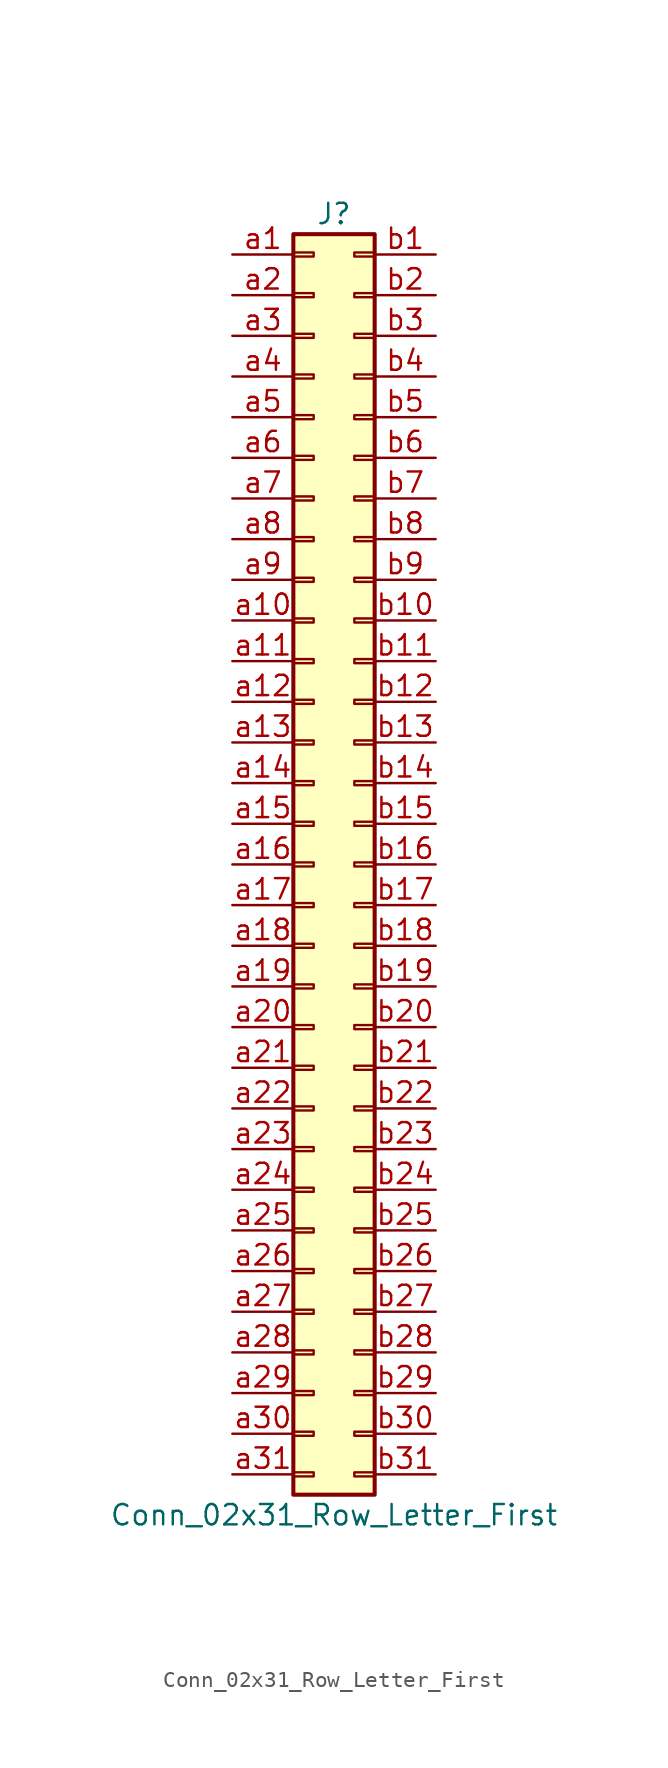
<source format=kicad_sym>
(kicad_symbol_lib
  (version 20220914)
  (generator kicad_symbol_editor)
  (symbol "Conn_02x31_Row_Letter_First"
    (pin_names
      (offset 1.016) hide)
    (property "Reference" "J"
      (at 1.27 40.64 0)
      (effects (font (size 1.27 1.27))))
    (property "Value" "Conn_02x31_Row_Letter_First"
      (at 1.27 -40.64 0)
      (effects (font (size 1.27 1.27))))
    (symbol "Conn_02x31_Row_Letter_First_1_1"
      (rectangle (start -1.27 -37.973) (end 0 -38.227) (stroke (width 0.152) (type solid)) (fill (type none)))
      (rectangle (start -1.27 -35.433) (end 0 -35.687) (stroke (width 0.152) (type solid)) (fill (type none)))
      (rectangle (start -1.27 -32.893) (end 0 -33.147) (stroke (width 0.152) (type solid)) (fill (type none)))
      (rectangle (start -1.27 -30.353) (end 0 -30.607) (stroke (width 0.152) (type solid)) (fill (type none)))
      (rectangle (start -1.27 -27.813) (end 0 -28.067) (stroke (width 0.152) (type solid)) (fill (type none)))
      (rectangle (start -1.27 -25.273) (end 0 -25.527) (stroke (width 0.152) (type solid)) (fill (type none)))
      (rectangle (start -1.27 -22.733) (end 0 -22.987) (stroke (width 0.152) (type solid)) (fill (type none)))
      (rectangle (start -1.27 -20.193) (end 0 -20.447) (stroke (width 0.152) (type solid)) (fill (type none)))
      (rectangle (start -1.27 -17.653) (end 0 -17.907) (stroke (width 0.152) (type solid)) (fill (type none)))
      (rectangle (start -1.27 -15.113) (end 0 -15.367) (stroke (width 0.152) (type solid)) (fill (type none)))
      (rectangle (start -1.27 -12.573) (end 0 -12.827) (stroke (width 0.152) (type solid)) (fill (type none)))
      (rectangle (start -1.27 -10.033) (end 0 -10.287) (stroke (width 0.152) (type solid)) (fill (type none)))
      (rectangle (start -1.27 -7.493) (end 0 -7.747) (stroke (width 0.152) (type solid)) (fill (type none)))
      (rectangle (start -1.27 -4.953) (end 0 -5.207) (stroke (width 0.152) (type solid)) (fill (type none)))
      (rectangle (start -1.27 -2.413) (end 0 -2.667) (stroke (width 0.152) (type solid)) (fill (type none)))
      (rectangle (start -1.27 0.127) (end 0 -0.127) (stroke (width 0.152) (type solid)) (fill (type none)))
      (rectangle (start -1.27 2.667) (end 0 2.413) (stroke (width 0.152) (type solid)) (fill (type none)))
      (rectangle (start -1.27 5.207) (end 0 4.953) (stroke (width 0.152) (type solid)) (fill (type none)))
      (rectangle (start -1.27 7.747) (end 0 7.493) (stroke (width 0.152) (type solid)) (fill (type none)))
      (rectangle (start -1.27 10.287) (end 0 10.033) (stroke (width 0.152) (type solid)) (fill (type none)))
      (rectangle (start -1.27 12.827) (end 0 12.573) (stroke (width 0.152) (type solid)) (fill (type none)))
      (rectangle (start -1.27 15.367) (end 0 15.113) (stroke (width 0.152) (type solid)) (fill (type none)))
      (rectangle (start -1.27 17.907) (end 0 17.653) (stroke (width 0.152) (type solid)) (fill (type none)))
      (rectangle (start -1.27 20.447) (end 0 20.193) (stroke (width 0.152) (type solid)) (fill (type none)))
      (rectangle (start -1.27 22.987) (end 0 22.733) (stroke (width 0.152) (type solid)) (fill (type none)))
      (rectangle (start -1.27 25.527) (end 0 25.273) (stroke (width 0.152) (type solid)) (fill (type none)))
      (rectangle (start -1.27 28.067) (end 0 27.813) (stroke (width 0.152) (type solid)) (fill (type none)))
      (rectangle (start -1.27 30.607) (end 0 30.353) (stroke (width 0.152) (type solid)) (fill (type none)))
      (rectangle (start -1.27 33.147) (end 0 32.893) (stroke (width 0.152) (type solid)) (fill (type none)))
      (rectangle (start -1.27 35.687) (end 0 35.433) (stroke (width 0.152) (type solid)) (fill (type none)))
      (rectangle (start -1.27 38.227) (end 0 37.973) (stroke (width 0.152) (type solid)) (fill (type none)))
      (rectangle (start -1.27 39.37) (end 3.81 -39.37) (stroke (width 0.254) (type solid)) (fill (type background)))
      (rectangle (start 3.81 -37.973) (end 2.54 -38.227) (stroke (width 0.152) (type solid)) (fill (type none)))
      (rectangle (start 3.81 -35.433) (end 2.54 -35.687) (stroke (width 0.152) (type solid)) (fill (type none)))
      (rectangle (start 3.81 -32.893) (end 2.54 -33.147) (stroke (width 0.152) (type solid)) (fill (type none)))
      (rectangle (start 3.81 -30.353) (end 2.54 -30.607) (stroke (width 0.152) (type solid)) (fill (type none)))
      (rectangle (start 3.81 -27.813) (end 2.54 -28.067) (stroke (width 0.152) (type solid)) (fill (type none)))
      (rectangle (start 3.81 -25.273) (end 2.54 -25.527) (stroke (width 0.152) (type solid)) (fill (type none)))
      (rectangle (start 3.81 -22.733) (end 2.54 -22.987) (stroke (width 0.152) (type solid)) (fill (type none)))
      (rectangle (start 3.81 -20.193) (end 2.54 -20.447) (stroke (width 0.152) (type solid)) (fill (type none)))
      (rectangle (start 3.81 -17.653) (end 2.54 -17.907) (stroke (width 0.152) (type solid)) (fill (type none)))
      (rectangle (start 3.81 -15.113) (end 2.54 -15.367) (stroke (width 0.152) (type solid)) (fill (type none)))
      (rectangle (start 3.81 -12.573) (end 2.54 -12.827) (stroke (width 0.152) (type solid)) (fill (type none)))
      (rectangle (start 3.81 -10.033) (end 2.54 -10.287) (stroke (width 0.152) (type solid)) (fill (type none)))
      (rectangle (start 3.81 -7.493) (end 2.54 -7.747) (stroke (width 0.152) (type solid)) (fill (type none)))
      (rectangle (start 3.81 -4.953) (end 2.54 -5.207) (stroke (width 0.152) (type solid)) (fill (type none)))
      (rectangle (start 3.81 -2.413) (end 2.54 -2.667) (stroke (width 0.152) (type solid)) (fill (type none)))
      (rectangle (start 3.81 0.127) (end 2.54 -0.127) (stroke (width 0.152) (type solid)) (fill (type none)))
      (rectangle (start 3.81 2.667) (end 2.54 2.413) (stroke (width 0.152) (type solid)) (fill (type none)))
      (rectangle (start 3.81 5.207) (end 2.54 4.953) (stroke (width 0.152) (type solid)) (fill (type none)))
      (rectangle (start 3.81 7.747) (end 2.54 7.493) (stroke (width 0.152) (type solid)) (fill (type none)))
      (rectangle (start 3.81 10.287) (end 2.54 10.033) (stroke (width 0.152) (type solid)) (fill (type none)))
      (rectangle (start 3.81 12.827) (end 2.54 12.573) (stroke (width 0.152) (type solid)) (fill (type none)))
      (rectangle (start 3.81 15.367) (end 2.54 15.113) (stroke (width 0.152) (type solid)) (fill (type none)))
      (rectangle (start 3.81 17.907) (end 2.54 17.653) (stroke (width 0.152) (type solid)) (fill (type none)))
      (rectangle (start 3.81 20.447) (end 2.54 20.193) (stroke (width 0.152) (type solid)) (fill (type none)))
      (rectangle (start 3.81 22.987) (end 2.54 22.733) (stroke (width 0.152) (type solid)) (fill (type none)))
      (rectangle (start 3.81 25.527) (end 2.54 25.273) (stroke (width 0.152) (type solid)) (fill (type none)))
      (rectangle (start 3.81 28.067) (end 2.54 27.813) (stroke (width 0.152) (type solid)) (fill (type none)))
      (rectangle (start 3.81 30.607) (end 2.54 30.353) (stroke (width 0.152) (type solid)) (fill (type none)))
      (rectangle (start 3.81 33.147) (end 2.54 32.893) (stroke (width 0.152) (type solid)) (fill (type none)))
      (rectangle (start 3.81 35.687) (end 2.54 35.433) (stroke (width 0.152) (type solid)) (fill (type none)))
      (rectangle (start 3.81 38.227) (end 2.54 37.973) (stroke (width 0.152) (type solid)) (fill (type none)))
      (pin passive line (at -5.08 38.1 0) (length 3.81) (name "Pin_a1" (effects (font (size 1.27 1.27)))) (number "a1" (effects (font (size 1.27 1.27)))))
      (pin passive line (at -5.08 15.24 0) (length 3.81) (name "Pin_a10" (effects (font (size 1.27 1.27)))) (number "a10" (effects (font (size 1.27 1.27)))))
      (pin passive line (at -5.08 12.7 0) (length 3.81) (name "Pin_a11" (effects (font (size 1.27 1.27)))) (number "a11" (effects (font (size 1.27 1.27)))))
      (pin passive line (at -5.08 10.16 0) (length 3.81) (name "Pin_a12" (effects (font (size 1.27 1.27)))) (number "a12" (effects (font (size 1.27 1.27)))))
      (pin passive line (at -5.08 7.62 0) (length 3.81) (name "Pin_a13" (effects (font (size 1.27 1.27)))) (number "a13" (effects (font (size 1.27 1.27)))))
      (pin passive line (at -5.08 5.08 0) (length 3.81) (name "Pin_a14" (effects (font (size 1.27 1.27)))) (number "a14" (effects (font (size 1.27 1.27)))))
      (pin passive line (at -5.08 2.54 0) (length 3.81) (name "Pin_a15" (effects (font (size 1.27 1.27)))) (number "a15" (effects (font (size 1.27 1.27)))))
      (pin passive line (at -5.08 0 0) (length 3.81) (name "Pin_a16" (effects (font (size 1.27 1.27)))) (number "a16" (effects (font (size 1.27 1.27)))))
      (pin passive line (at -5.08 -2.54 0) (length 3.81) (name "Pin_a17" (effects (font (size 1.27 1.27)))) (number "a17" (effects (font (size 1.27 1.27)))))
      (pin passive line (at -5.08 -5.08 0) (length 3.81) (name "Pin_a18" (effects (font (size 1.27 1.27)))) (number "a18" (effects (font (size 1.27 1.27)))))
      (pin passive line (at -5.08 -7.62 0) (length 3.81) (name "Pin_a19" (effects (font (size 1.27 1.27)))) (number "a19" (effects (font (size 1.27 1.27)))))
      (pin passive line (at -5.08 35.56 0) (length 3.81) (name "Pin_a2" (effects (font (size 1.27 1.27)))) (number "a2" (effects (font (size 1.27 1.27)))))
      (pin passive line (at -5.08 -10.16 0) (length 3.81) (name "Pin_a20" (effects (font (size 1.27 1.27)))) (number "a20" (effects (font (size 1.27 1.27)))))
      (pin passive line (at -5.08 -12.7 0) (length 3.81) (name "Pin_a21" (effects (font (size 1.27 1.27)))) (number "a21" (effects (font (size 1.27 1.27)))))
      (pin passive line (at -5.08 -15.24 0) (length 3.81) (name "Pin_a22" (effects (font (size 1.27 1.27)))) (number "a22" (effects (font (size 1.27 1.27)))))
      (pin passive line (at -5.08 -17.78 0) (length 3.81) (name "Pin_a23" (effects (font (size 1.27 1.27)))) (number "a23" (effects (font (size 1.27 1.27)))))
      (pin passive line (at -5.08 -20.32 0) (length 3.81) (name "Pin_a24" (effects (font (size 1.27 1.27)))) (number "a24" (effects (font (size 1.27 1.27)))))
      (pin passive line (at -5.08 -22.86 0) (length 3.81) (name "Pin_a25" (effects (font (size 1.27 1.27)))) (number "a25" (effects (font (size 1.27 1.27)))))
      (pin passive line (at -5.08 -25.4 0) (length 3.81) (name "Pin_a26" (effects (font (size 1.27 1.27)))) (number "a26" (effects (font (size 1.27 1.27)))))
      (pin passive line (at -5.08 -27.94 0) (length 3.81) (name "Pin_a27" (effects (font (size 1.27 1.27)))) (number "a27" (effects (font (size 1.27 1.27)))))
      (pin passive line (at -5.08 -30.48 0) (length 3.81) (name "Pin_a28" (effects (font (size 1.27 1.27)))) (number "a28" (effects (font (size 1.27 1.27)))))
      (pin passive line (at -5.08 -33.02 0) (length 3.81) (name "Pin_a29" (effects (font (size 1.27 1.27)))) (number "a29" (effects (font (size 1.27 1.27)))))
      (pin passive line (at -5.08 33.02 0) (length 3.81) (name "Pin_a3" (effects (font (size 1.27 1.27)))) (number "a3" (effects (font (size 1.27 1.27)))))
      (pin passive line (at -5.08 -35.56 0) (length 3.81) (name "Pin_a30" (effects (font (size 1.27 1.27)))) (number "a30" (effects (font (size 1.27 1.27)))))
      (pin passive line (at -5.08 -38.1 0) (length 3.81) (name "Pin_a31" (effects (font (size 1.27 1.27)))) (number "a31" (effects (font (size 1.27 1.27)))))
      (pin passive line (at -5.08 30.48 0) (length 3.81) (name "Pin_a4" (effects (font (size 1.27 1.27)))) (number "a4" (effects (font (size 1.27 1.27)))))
      (pin passive line (at -5.08 27.94 0) (length 3.81) (name "Pin_a5" (effects (font (size 1.27 1.27)))) (number "a5" (effects (font (size 1.27 1.27)))))
      (pin passive line (at -5.08 25.4 0) (length 3.81) (name "Pin_a6" (effects (font (size 1.27 1.27)))) (number "a6" (effects (font (size 1.27 1.27)))))
      (pin passive line (at -5.08 22.86 0) (length 3.81) (name "Pin_a7" (effects (font (size 1.27 1.27)))) (number "a7" (effects (font (size 1.27 1.27)))))
      (pin passive line (at -5.08 20.32 0) (length 3.81) (name "Pin_a8" (effects (font (size 1.27 1.27)))) (number "a8" (effects (font (size 1.27 1.27)))))
      (pin passive line (at -5.08 17.78 0) (length 3.81) (name "Pin_a9" (effects (font (size 1.27 1.27)))) (number "a9" (effects (font (size 1.27 1.27)))))
      (pin passive line (at 7.62 38.1 180) (length 3.81) (name "Pin_b1" (effects (font (size 1.27 1.27)))) (number "b1" (effects (font (size 1.27 1.27)))))
      (pin passive line (at 7.62 15.24 180) (length 3.81) (name "Pin_b10" (effects (font (size 1.27 1.27)))) (number "b10" (effects (font (size 1.27 1.27)))))
      (pin passive line (at 7.62 12.7 180) (length 3.81) (name "Pin_b11" (effects (font (size 1.27 1.27)))) (number "b11" (effects (font (size 1.27 1.27)))))
      (pin passive line (at 7.62 10.16 180) (length 3.81) (name "Pin_b12" (effects (font (size 1.27 1.27)))) (number "b12" (effects (font (size 1.27 1.27)))))
      (pin passive line (at 7.62 7.62 180) (length 3.81) (name "Pin_b13" (effects (font (size 1.27 1.27)))) (number "b13" (effects (font (size 1.27 1.27)))))
      (pin passive line (at 7.62 5.08 180) (length 3.81) (name "Pin_b14" (effects (font (size 1.27 1.27)))) (number "b14" (effects (font (size 1.27 1.27)))))
      (pin passive line (at 7.62 2.54 180) (length 3.81) (name "Pin_b15" (effects (font (size 1.27 1.27)))) (number "b15" (effects (font (size 1.27 1.27)))))
      (pin passive line (at 7.62 0 180) (length 3.81) (name "Pin_b16" (effects (font (size 1.27 1.27)))) (number "b16" (effects (font (size 1.27 1.27)))))
      (pin passive line (at 7.62 -2.54 180) (length 3.81) (name "Pin_b17" (effects (font (size 1.27 1.27)))) (number "b17" (effects (font (size 1.27 1.27)))))
      (pin passive line (at 7.62 -5.08 180) (length 3.81) (name "Pin_b18" (effects (font (size 1.27 1.27)))) (number "b18" (effects (font (size 1.27 1.27)))))
      (pin passive line (at 7.62 -7.62 180) (length 3.81) (name "Pin_b19" (effects (font (size 1.27 1.27)))) (number "b19" (effects (font (size 1.27 1.27)))))
      (pin passive line (at 7.62 35.56 180) (length 3.81) (name "Pin_b2" (effects (font (size 1.27 1.27)))) (number "b2" (effects (font (size 1.27 1.27)))))
      (pin passive line (at 7.62 -10.16 180) (length 3.81) (name "Pin_b20" (effects (font (size 1.27 1.27)))) (number "b20" (effects (font (size 1.27 1.27)))))
      (pin passive line (at 7.62 -12.7 180) (length 3.81) (name "Pin_b21" (effects (font (size 1.27 1.27)))) (number "b21" (effects (font (size 1.27 1.27)))))
      (pin passive line (at 7.62 -15.24 180) (length 3.81) (name "Pin_b22" (effects (font (size 1.27 1.27)))) (number "b22" (effects (font (size 1.27 1.27)))))
      (pin passive line (at 7.62 -17.78 180) (length 3.81) (name "Pin_b23" (effects (font (size 1.27 1.27)))) (number "b23" (effects (font (size 1.27 1.27)))))
      (pin passive line (at 7.62 -20.32 180) (length 3.81) (name "Pin_b24" (effects (font (size 1.27 1.27)))) (number "b24" (effects (font (size 1.27 1.27)))))
      (pin passive line (at 7.62 -22.86 180) (length 3.81) (name "Pin_b25" (effects (font (size 1.27 1.27)))) (number "b25" (effects (font (size 1.27 1.27)))))
      (pin passive line (at 7.62 -25.4 180) (length 3.81) (name "Pin_b26" (effects (font (size 1.27 1.27)))) (number "b26" (effects (font (size 1.27 1.27)))))
      (pin passive line (at 7.62 -27.94 180) (length 3.81) (name "Pin_b27" (effects (font (size 1.27 1.27)))) (number "b27" (effects (font (size 1.27 1.27)))))
      (pin passive line (at 7.62 -30.48 180) (length 3.81) (name "Pin_b28" (effects (font (size 1.27 1.27)))) (number "b28" (effects (font (size 1.27 1.27)))))
      (pin passive line (at 7.62 -33.02 180) (length 3.81) (name "Pin_b29" (effects (font (size 1.27 1.27)))) (number "b29" (effects (font (size 1.27 1.27)))))
      (pin passive line (at 7.62 33.02 180) (length 3.81) (name "Pin_b3" (effects (font (size 1.27 1.27)))) (number "b3" (effects (font (size 1.27 1.27)))))
      (pin passive line (at 7.62 -35.56 180) (length 3.81) (name "Pin_b30" (effects (font (size 1.27 1.27)))) (number "b30" (effects (font (size 1.27 1.27)))))
      (pin passive line (at 7.62 -38.1 180) (length 3.81) (name "Pin_b31" (effects (font (size 1.27 1.27)))) (number "b31" (effects (font (size 1.27 1.27)))))
      (pin passive line (at 7.62 30.48 180) (length 3.81) (name "Pin_b4" (effects (font (size 1.27 1.27)))) (number "b4" (effects (font (size 1.27 1.27)))))
      (pin passive line (at 7.62 27.94 180) (length 3.81) (name "Pin_b5" (effects (font (size 1.27 1.27)))) (number "b5" (effects (font (size 1.27 1.27)))))
      (pin passive line (at 7.62 25.4 180) (length 3.81) (name "Pin_b6" (effects (font (size 1.27 1.27)))) (number "b6" (effects (font (size 1.27 1.27)))))
      (pin passive line (at 7.62 22.86 180) (length 3.81) (name "Pin_b7" (effects (font (size 1.27 1.27)))) (number "b7" (effects (font (size 1.27 1.27)))))
      (pin passive line (at 7.62 20.32 180) (length 3.81) (name "Pin_b8" (effects (font (size 1.27 1.27)))) (number "b8" (effects (font (size 1.27 1.27)))))
      (pin passive line (at 7.62 17.78 180) (length 3.81) (name "Pin_b9" (effects (font (size 1.27 1.27)))) (number "b9" (effects (font (size 1.27 1.27))))))))
</source>
